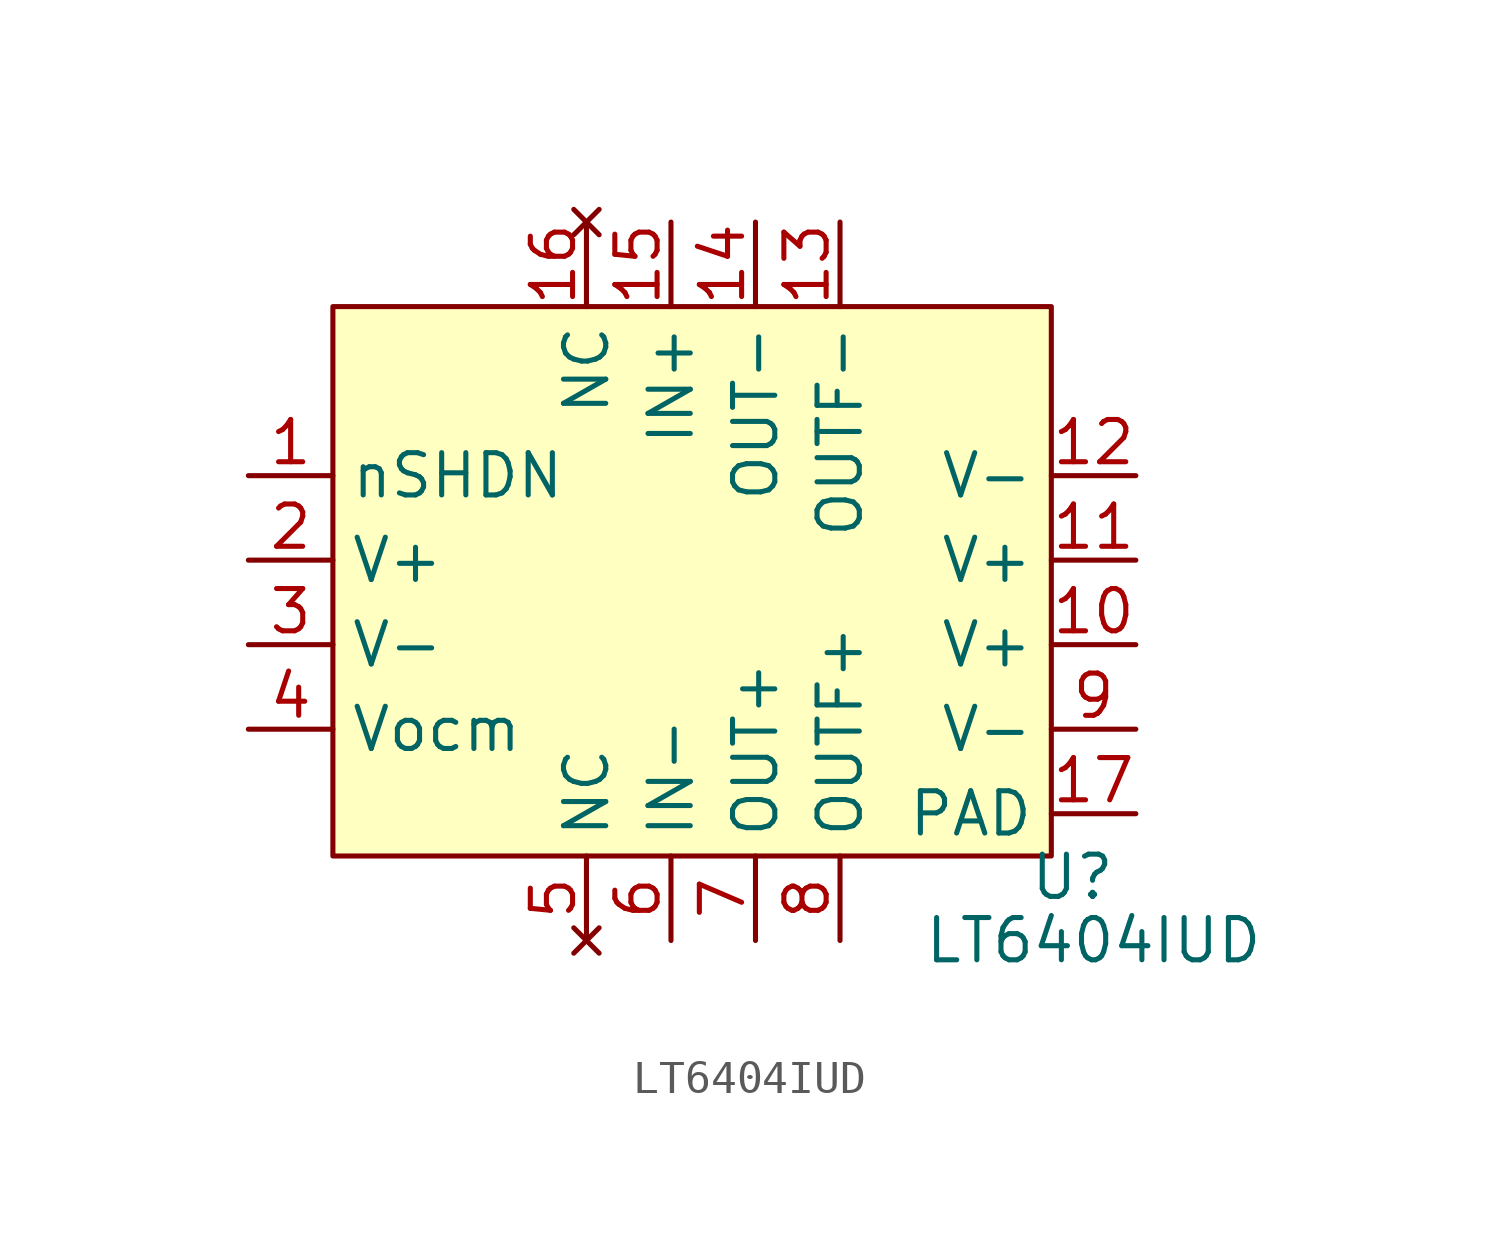
<source format=kicad_sym>
(kicad_symbol_lib
  (version 20220914)
  (generator kicad_symbol_editor)
  (symbol "LT6404IUD"
    (property "Reference" "U"
      (at 22.225 0 0)
      (effects (font (size 1.27 1.27))))
    (property "Value" "LT6404IUD"
      (at 22.86 -1.905 0)
      (effects (font (size 1.27 1.27))))
    (symbol "LT6404IUD_1_1"
      (rectangle (start 0 17.145) (end 21.59 0.635) (stroke (width 0) (type default)) (fill (type background)))
      (pin input line (at -2.54 12.065 0) (length 2.54) (name "nSHDN" (effects (font (size 1.27 1.27)))) (number "1" (effects (font (size 1.27 1.27)))))
      (pin power_in line (at 24.13 6.985 180) (length 2.54) (name "V+" (effects (font (size 1.27 1.27)))) (number "10" (effects (font (size 1.27 1.27)))))
      (pin power_in line (at 24.13 9.525 180) (length 2.54) (name "V+" (effects (font (size 1.27 1.27)))) (number "11" (effects (font (size 1.27 1.27)))))
      (pin power_in line (at 24.13 12.065 180) (length 2.54) (name "V-" (effects (font (size 1.27 1.27)))) (number "12" (effects (font (size 1.27 1.27)))))
      (pin output line (at 15.24 19.685 270) (length 2.54) (name "OUTF-" (effects (font (size 1.27 1.27)))) (number "13" (effects (font (size 1.27 1.27)))))
      (pin output line (at 12.7 19.685 270) (length 2.54) (name "OUT-" (effects (font (size 1.27 1.27)))) (number "14" (effects (font (size 1.27 1.27)))))
      (pin input line (at 10.16 19.685 270) (length 2.54) (name "IN+" (effects (font (size 1.27 1.27)))) (number "15" (effects (font (size 1.27 1.27)))))
      (pin no_connect line (at 7.62 19.685 270) (length 2.54) (name "NC" (effects (font (size 1.27 1.27)))) (number "16" (effects (font (size 1.27 1.27)))))
      (pin power_in line (at 24.13 1.905 180) (length 2.54) (name "PAD" (effects (font (size 1.27 1.27)))) (number "17" (effects (font (size 1.27 1.27)))))
      (pin power_in line (at -2.54 9.525 0) (length 2.54) (name "V+" (effects (font (size 1.27 1.27)))) (number "2" (effects (font (size 1.27 1.27)))))
      (pin power_in line (at -2.54 6.985 0) (length 2.54) (name "V-" (effects (font (size 1.27 1.27)))) (number "3" (effects (font (size 1.27 1.27)))))
      (pin input line (at -2.54 4.445 0) (length 2.54) (name "Vocm" (effects (font (size 1.27 1.27)))) (number "4" (effects (font (size 1.27 1.27)))))
      (pin no_connect line (at 7.62 -1.905 90) (length 2.54) (name "NC" (effects (font (size 1.27 1.27)))) (number "5" (effects (font (size 1.27 1.27)))))
      (pin input line (at 10.16 -1.905 90) (length 2.54) (name "IN-" (effects (font (size 1.27 1.27)))) (number "6" (effects (font (size 1.27 1.27)))))
      (pin output line (at 12.7 -1.905 90) (length 2.54) (name "OUT+" (effects (font (size 1.27 1.27)))) (number "7" (effects (font (size 1.27 1.27)))))
      (pin output line (at 15.24 -1.905 90) (length 2.54) (name "OUTF+" (effects (font (size 1.27 1.27)))) (number "8" (effects (font (size 1.27 1.27)))))
      (pin power_in line (at 24.13 4.445 180) (length 2.54) (name "V-" (effects (font (size 1.27 1.27)))) (number "9" (effects (font (size 1.27 1.27))))))))
</source>
